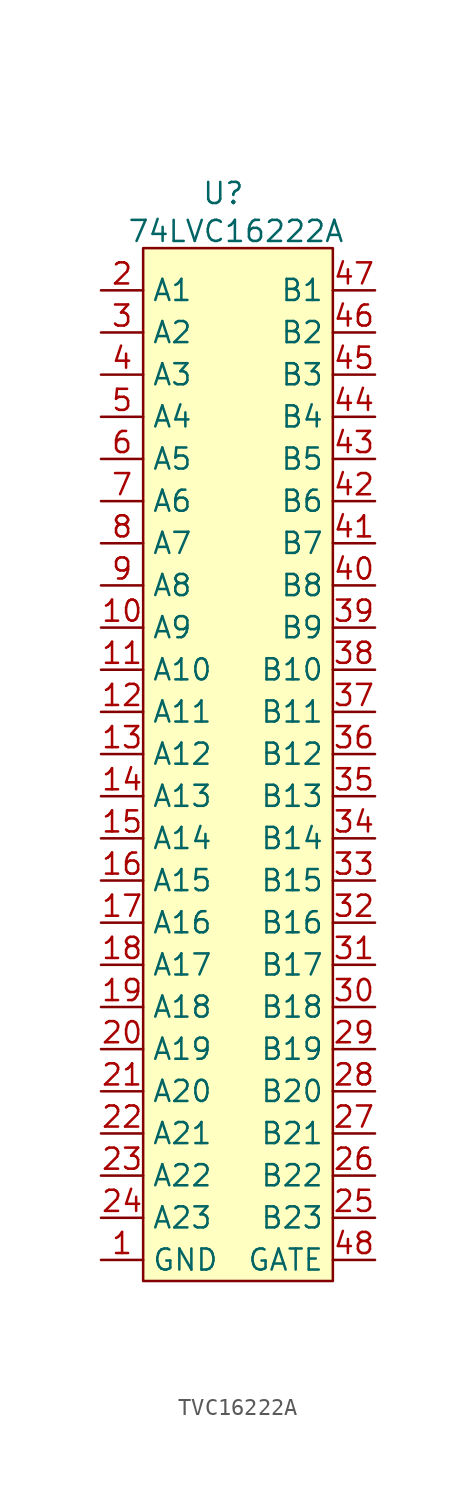
<source format=kicad_sym>
(kicad_symbol_lib
  (version 20231120)
  (generator "kicad_symbol_editor")
  (generator_version "8.0")
  (symbol "TVC16222A"
    (property "Reference" "U"
      (at -0.254 33.782 0)
      (effects (font (size 1.27 1.27))))
    (property "Value" "74LVC16222A"
      (at 0.508 31.496 0)
      (effects (font (size 1.27 1.27))))
    (symbol "TVC16222A_1_0"
      (pin bidirectional line (at -7.62 7.62 0) (length 2.54) (name "A9" (effects (font (size 1.27 1.27)))) (number "10" (effects (font (size 1.27 1.27)))))
      (pin bidirectional line (at -7.62 5.08 0) (length 2.54) (name "A10" (effects (font (size 1.27 1.27)))) (number "11" (effects (font (size 1.27 1.27)))))
      (pin bidirectional line (at -7.62 2.54 0) (length 2.54) (name "A11" (effects (font (size 1.27 1.27)))) (number "12" (effects (font (size 1.27 1.27)))))
      (pin bidirectional line (at -7.62 0 0) (length 2.54) (name "A12" (effects (font (size 1.27 1.27)))) (number "13" (effects (font (size 1.27 1.27)))))
      (pin bidirectional line (at -7.62 -2.54 0) (length 2.54) (name "A13" (effects (font (size 1.27 1.27)))) (number "14" (effects (font (size 1.27 1.27)))))
      (pin bidirectional line (at -7.62 -5.08 0) (length 2.54) (name "A14" (effects (font (size 1.27 1.27)))) (number "15" (effects (font (size 1.27 1.27)))))
      (pin bidirectional line (at -7.62 -7.62 0) (length 2.54) (name "A15" (effects (font (size 1.27 1.27)))) (number "16" (effects (font (size 1.27 1.27)))))
      (pin bidirectional line (at -7.62 -10.16 0) (length 2.54) (name "A16" (effects (font (size 1.27 1.27)))) (number "17" (effects (font (size 1.27 1.27)))))
      (pin bidirectional line (at -7.62 -12.7 0) (length 2.54) (name "A17" (effects (font (size 1.27 1.27)))) (number "18" (effects (font (size 1.27 1.27)))))
      (pin bidirectional line (at -7.62 -15.24 0) (length 2.54) (name "A18" (effects (font (size 1.27 1.27)))) (number "19" (effects (font (size 1.27 1.27)))))
      (pin bidirectional line (at -7.62 -17.78 0) (length 2.54) (name "A19" (effects (font (size 1.27 1.27)))) (number "20" (effects (font (size 1.27 1.27)))))
      (pin bidirectional line (at -7.62 -20.32 0) (length 2.54) (name "A20" (effects (font (size 1.27 1.27)))) (number "21" (effects (font (size 1.27 1.27)))))
      (pin bidirectional line (at -7.62 -22.86 0) (length 2.54) (name "A21" (effects (font (size 1.27 1.27)))) (number "22" (effects (font (size 1.27 1.27)))))
      (pin bidirectional line (at -7.62 -25.4 0) (length 2.54) (name "A22" (effects (font (size 1.27 1.27)))) (number "23" (effects (font (size 1.27 1.27)))))
      (pin bidirectional line (at -7.62 -27.94 0) (length 2.54) (name "A23" (effects (font (size 1.27 1.27)))) (number "24" (effects (font (size 1.27 1.27)))))
      (pin bidirectional line (at 8.89 -27.94 180) (length 2.54) (name "B23" (effects (font (size 1.27 1.27)))) (number "25" (effects (font (size 1.27 1.27)))))
      (pin bidirectional line (at 8.89 -25.4 180) (length 2.54) (name "B22" (effects (font (size 1.27 1.27)))) (number "26" (effects (font (size 1.27 1.27)))))
      (pin bidirectional line (at 8.89 -22.86 180) (length 2.54) (name "B21" (effects (font (size 1.27 1.27)))) (number "27" (effects (font (size 1.27 1.27)))))
      (pin bidirectional line (at 8.89 -20.32 180) (length 2.54) (name "B20" (effects (font (size 1.27 1.27)))) (number "28" (effects (font (size 1.27 1.27)))))
      (pin bidirectional line (at 8.89 -17.78 180) (length 2.54) (name "B19" (effects (font (size 1.27 1.27)))) (number "29" (effects (font (size 1.27 1.27)))))
      (pin bidirectional line (at 8.89 -15.24 180) (length 2.54) (name "B18" (effects (font (size 1.27 1.27)))) (number "30" (effects (font (size 1.27 1.27)))))
      (pin bidirectional line (at 8.89 -12.7 180) (length 2.54) (name "B17" (effects (font (size 1.27 1.27)))) (number "31" (effects (font (size 1.27 1.27)))))
      (pin bidirectional line (at 8.89 -10.16 180) (length 2.54) (name "B16" (effects (font (size 1.27 1.27)))) (number "32" (effects (font (size 1.27 1.27)))))
      (pin bidirectional line (at 8.89 -7.62 180) (length 2.54) (name "B15" (effects (font (size 1.27 1.27)))) (number "33" (effects (font (size 1.27 1.27)))))
      (pin bidirectional line (at 8.89 -5.08 180) (length 2.54) (name "B14" (effects (font (size 1.27 1.27)))) (number "34" (effects (font (size 1.27 1.27)))))
      (pin bidirectional line (at 8.89 -2.54 180) (length 2.54) (name "B13" (effects (font (size 1.27 1.27)))) (number "35" (effects (font (size 1.27 1.27)))))
      (pin bidirectional line (at 8.89 0 180) (length 2.54) (name "B12" (effects (font (size 1.27 1.27)))) (number "36" (effects (font (size 1.27 1.27)))))
      (pin bidirectional line (at 8.89 2.54 180) (length 2.54) (name "B11" (effects (font (size 1.27 1.27)))) (number "37" (effects (font (size 1.27 1.27)))))
      (pin bidirectional line (at 8.89 5.08 180) (length 2.54) (name "B10" (effects (font (size 1.27 1.27)))) (number "38" (effects (font (size 1.27 1.27)))))
      (pin bidirectional line (at 8.89 7.62 180) (length 2.54) (name "B9" (effects (font (size 1.27 1.27)))) (number "39" (effects (font (size 1.27 1.27)))))
      (pin bidirectional line (at -7.62 22.86 0) (length 2.54) (name "A3" (effects (font (size 1.27 1.27)))) (number "4" (effects (font (size 1.27 1.27)))))
      (pin bidirectional line (at 8.89 10.16 180) (length 2.54) (name "B8" (effects (font (size 1.27 1.27)))) (number "40" (effects (font (size 1.27 1.27)))))
      (pin bidirectional line (at 8.89 12.7 180) (length 2.54) (name "B7" (effects (font (size 1.27 1.27)))) (number "41" (effects (font (size 1.27 1.27)))))
      (pin bidirectional line (at 8.89 15.24 180) (length 2.54) (name "B6" (effects (font (size 1.27 1.27)))) (number "42" (effects (font (size 1.27 1.27)))))
      (pin bidirectional line (at 8.89 17.78 180) (length 2.54) (name "B5" (effects (font (size 1.27 1.27)))) (number "43" (effects (font (size 1.27 1.27)))))
      (pin bidirectional line (at 8.89 20.32 180) (length 2.54) (name "B4" (effects (font (size 1.27 1.27)))) (number "44" (effects (font (size 1.27 1.27)))))
      (pin bidirectional line (at 8.89 22.86 180) (length 2.54) (name "B3" (effects (font (size 1.27 1.27)))) (number "45" (effects (font (size 1.27 1.27)))))
      (pin bidirectional line (at 8.89 25.4 180) (length 2.54) (name "B2" (effects (font (size 1.27 1.27)))) (number "46" (effects (font (size 1.27 1.27)))))
      (pin bidirectional line (at 8.89 27.94 180) (length 2.54) (name "B1" (effects (font (size 1.27 1.27)))) (number "47" (effects (font (size 1.27 1.27)))))
      (pin input line (at 8.89 -30.48 180) (length 2.54) (name "GATE" (effects (font (size 1.27 1.27)))) (number "48" (effects (font (size 1.27 1.27)))))
      (pin bidirectional line (at -7.62 20.32 0) (length 2.54) (name "A4" (effects (font (size 1.27 1.27)))) (number "5" (effects (font (size 1.27 1.27)))))
      (pin bidirectional line (at -7.62 17.78 0) (length 2.54) (name "A5" (effects (font (size 1.27 1.27)))) (number "6" (effects (font (size 1.27 1.27)))))
      (pin bidirectional line (at -7.62 15.24 0) (length 2.54) (name "A6" (effects (font (size 1.27 1.27)))) (number "7" (effects (font (size 1.27 1.27)))))
      (pin bidirectional line (at -7.62 12.7 0) (length 2.54) (name "A7" (effects (font (size 1.27 1.27)))) (number "8" (effects (font (size 1.27 1.27)))))
      (pin bidirectional line (at -7.62 10.16 0) (length 2.54) (name "A8" (effects (font (size 1.27 1.27)))) (number "9" (effects (font (size 1.27 1.27))))))
    (symbol "TVC16222A_1_1"
      (rectangle (start -5.08 30.48) (end 6.35 -31.75) (stroke (width 0) (type default)) (fill (type background)))
      (pin power_in line (at -7.62 -30.48 0) (length 2.54) (name "GND" (effects (font (size 1.27 1.27)))) (number "1" (effects (font (size 1.27 1.27)))))
      (pin bidirectional line (at -7.62 27.94 0) (length 2.54) (name "A1" (effects (font (size 1.27 1.27)))) (number "2" (effects (font (size 1.27 1.27)))))
      (pin bidirectional line (at -7.62 25.4 0) (length 2.54) (name "A2" (effects (font (size 1.27 1.27)))) (number "3" (effects (font (size 1.27 1.27))))))))
</source>
